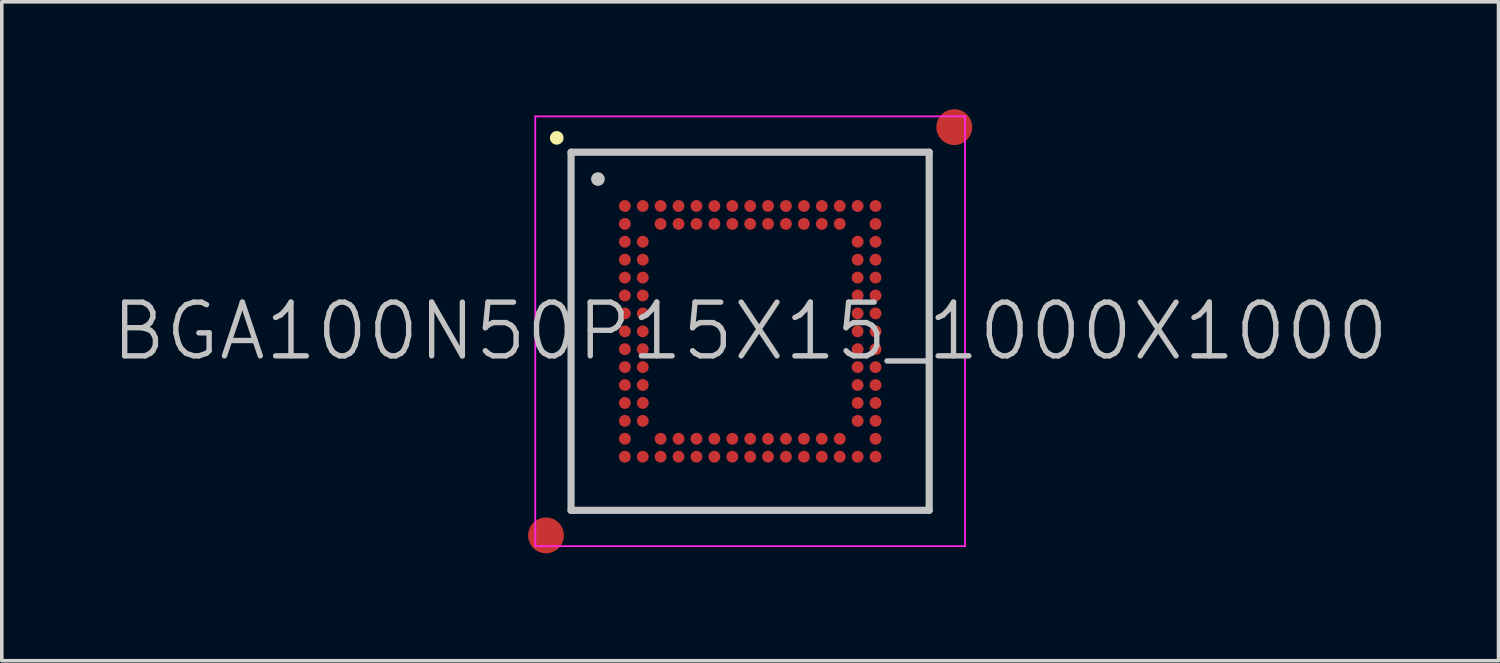
<source format=kicad_pcb>
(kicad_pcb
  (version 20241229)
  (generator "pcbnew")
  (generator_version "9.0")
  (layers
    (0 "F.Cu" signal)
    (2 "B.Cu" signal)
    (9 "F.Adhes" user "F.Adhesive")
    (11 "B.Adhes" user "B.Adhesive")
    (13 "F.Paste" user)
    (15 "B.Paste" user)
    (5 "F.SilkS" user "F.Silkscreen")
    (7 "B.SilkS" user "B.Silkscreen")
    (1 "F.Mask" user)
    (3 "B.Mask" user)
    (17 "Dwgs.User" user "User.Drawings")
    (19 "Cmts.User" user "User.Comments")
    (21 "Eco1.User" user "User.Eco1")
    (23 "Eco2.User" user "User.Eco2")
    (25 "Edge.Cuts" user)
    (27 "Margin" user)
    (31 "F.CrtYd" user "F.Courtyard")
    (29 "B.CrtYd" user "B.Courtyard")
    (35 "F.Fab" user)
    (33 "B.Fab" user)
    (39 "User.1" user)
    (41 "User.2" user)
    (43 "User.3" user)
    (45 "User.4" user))
  (footprint "BGA100N50P15X15_1000X1000"
    (layer "F.Cu")
    (at 17.896 6.2)
    (property "Reference" "BGA100N50P15X15_1000X1000" (at 0 0 0) (layer "Dwgs.User") (effects (font (size 1.5 1.5) (thickness 0.15))))
    (attr smd)
    (fp_line (start -5.4 -5.4) (end -5.4 -5.4) (stroke (width 0.381) (type solid)) (layer "F.SilkS"))
    (fp_line (start -5 -5) (end -5 5) (stroke (width 0.2) (type solid)) (layer "Dwgs.User"))
    (fp_line (start -5 -5) (end 5 -5) (stroke (width 0.2) (type solid)) (layer "Dwgs.User"))
    (fp_line (start -5 5) (end 5 5) (stroke (width 0.2) (type solid)) (layer "Dwgs.User"))
    (fp_line (start -4.25 -4.25) (end -4.25 -4.25) (stroke (width 0.381) (type solid)) (layer "Dwgs.User"))
    (fp_line (start 5 -5) (end 5 5) (stroke (width 0.2) (type solid)) (layer "Dwgs.User"))
    (fp_line (start -6 -6) (end -6 6) (stroke (width 0.05) (type solid)) (layer "F.CrtYd"))
    (fp_line (start -6 -6) (end 6 -6) (stroke (width 0.05) (type solid)) (layer "F.CrtYd"))
    (fp_line (start -6 6) (end 6 6) (stroke (width 0.05) (type solid)) (layer "F.CrtYd"))
    (fp_line (start 6 -6) (end 6 6) (stroke (width 0.05) (type solid)) (layer "F.CrtYd"))
    (pad "" smd circle (at -5.7 5.7) (size 1 1) (layers "F.Cu" "F.Mask"))
    (pad "" smd circle (at 5.7 -5.7) (size 1 1) (layers "F.Cu" "F.Mask"))
    (pad "A1" smd circle (at -3.498 -3.498) (size 0.33 0.33) (layers "F.Cu" "F.Mask" "F.Paste"))
    (pad "A2" smd circle (at -2.998 -3.498) (size 0.33 0.33) (layers "F.Cu" "F.Mask" "F.Paste"))
    (pad "A3" smd circle (at -2.5 -3.498) (size 0.33 0.33) (layers "F.Cu" "F.Mask" "F.Paste"))
    (pad "A4" smd circle (at -1.999 -3.498) (size 0.33 0.33) (layers "F.Cu" "F.Mask" "F.Paste"))
    (pad "A5" smd circle (at -1.499 -3.498) (size 0.33 0.33) (layers "F.Cu" "F.Mask" "F.Paste"))
    (pad "A6" smd circle (at -0.999 -3.498) (size 0.33 0.33) (layers "F.Cu" "F.Mask" "F.Paste"))
    (pad "A7" smd circle (at -0.498 -3.498) (size 0.33 0.33) (layers "F.Cu" "F.Mask" "F.Paste"))
    (pad "A8" smd circle (at 0.002 -3.498) (size 0.33 0.33) (layers "F.Cu" "F.Mask" "F.Paste"))
    (pad "A9" smd circle (at 0.5 -3.498) (size 0.33 0.33) (layers "F.Cu" "F.Mask" "F.Paste"))
    (pad "A10" smd circle (at 1 -3.498) (size 0.33 0.33) (layers "F.Cu" "F.Mask" "F.Paste"))
    (pad "A11" smd circle (at 1.501 -3.498) (size 0.33 0.33) (layers "F.Cu" "F.Mask" "F.Paste"))
    (pad "A12" smd circle (at 2.001 -3.498) (size 0.33 0.33) (layers "F.Cu" "F.Mask" "F.Paste"))
    (pad "A13" smd circle (at 2.502 -3.498) (size 0.33 0.33) (layers "F.Cu" "F.Mask" "F.Paste"))
    (pad "A14" smd circle (at 3.002 -3.498) (size 0.33 0.33) (layers "F.Cu" "F.Mask" "F.Paste"))
    (pad "A15" smd circle (at 3.502 -3.498) (size 0.33 0.33) (layers "F.Cu" "F.Mask" "F.Paste"))
    (pad "B1" smd circle (at -3.498 -2.998) (size 0.33 0.33) (layers "F.Cu" "F.Mask" "F.Paste"))
    (pad "B3" smd circle (at -2.5 -2.998) (size 0.33 0.33) (layers "F.Cu" "F.Mask" "F.Paste"))
    (pad "B4" smd circle (at -1.999 -2.998) (size 0.33 0.33) (layers "F.Cu" "F.Mask" "F.Paste"))
    (pad "B5" smd circle (at -1.499 -2.998) (size 0.33 0.33) (layers "F.Cu" "F.Mask" "F.Paste"))
    (pad "B6" smd circle (at -0.999 -2.998) (size 0.33 0.33) (layers "F.Cu" "F.Mask" "F.Paste"))
    (pad "B7" smd circle (at -0.498 -2.998) (size 0.33 0.33) (layers "F.Cu" "F.Mask" "F.Paste"))
    (pad "B8" smd circle (at 0.002 -2.998) (size 0.33 0.33) (layers "F.Cu" "F.Mask" "F.Paste"))
    (pad "B9" smd circle (at 0.5 -2.998) (size 0.33 0.33) (layers "F.Cu" "F.Mask" "F.Paste"))
    (pad "B10" smd circle (at 1 -2.998) (size 0.33 0.33) (layers "F.Cu" "F.Mask" "F.Paste"))
    (pad "B11" smd circle (at 1.501 -2.998) (size 0.33 0.33) (layers "F.Cu" "F.Mask" "F.Paste"))
    (pad "B12" smd circle (at 2.001 -2.998) (size 0.33 0.33) (layers "F.Cu" "F.Mask" "F.Paste"))
    (pad "B13" smd circle (at 2.502 -2.998) (size 0.33 0.33) (layers "F.Cu" "F.Mask" "F.Paste"))
    (pad "B15" smd circle (at 3.502 -2.998) (size 0.33 0.33) (layers "F.Cu" "F.Mask" "F.Paste"))
    (pad "C1" smd circle (at -3.498 -2.5) (size 0.33 0.33) (layers "F.Cu" "F.Mask" "F.Paste"))
    (pad "C2" smd circle (at -2.998 -2.5) (size 0.33 0.33) (layers "F.Cu" "F.Mask" "F.Paste"))
    (pad "C14" smd circle (at 3.002 -2.5) (size 0.33 0.33) (layers "F.Cu" "F.Mask" "F.Paste"))
    (pad "C15" smd circle (at 3.502 -2.5) (size 0.33 0.33) (layers "F.Cu" "F.Mask" "F.Paste"))
    (pad "D1" smd circle (at -3.498 -1.999) (size 0.33 0.33) (layers "F.Cu" "F.Mask" "F.Paste"))
    (pad "D2" smd circle (at -2.998 -1.999) (size 0.33 0.33) (layers "F.Cu" "F.Mask" "F.Paste"))
    (pad "D14" smd circle (at 3.002 -1.999) (size 0.33 0.33) (layers "F.Cu" "F.Mask" "F.Paste"))
    (pad "D15" smd circle (at 3.502 -1.999) (size 0.33 0.33) (layers "F.Cu" "F.Mask" "F.Paste"))
    (pad "E1" smd circle (at -3.498 -1.499) (size 0.33 0.33) (layers "F.Cu" "F.Mask" "F.Paste"))
    (pad "E2" smd circle (at -2.998 -1.499) (size 0.33 0.33) (layers "F.Cu" "F.Mask" "F.Paste"))
    (pad "E14" smd circle (at 3.002 -1.499) (size 0.33 0.33) (layers "F.Cu" "F.Mask" "F.Paste"))
    (pad "E15" smd circle (at 3.502 -1.499) (size 0.33 0.33) (layers "F.Cu" "F.Mask" "F.Paste"))
    (pad "F1" smd circle (at -3.498 -0.999) (size 0.33 0.33) (layers "F.Cu" "F.Mask" "F.Paste"))
    (pad "F2" smd circle (at -2.998 -0.999) (size 0.33 0.33) (layers "F.Cu" "F.Mask" "F.Paste"))
    (pad "F14" smd circle (at 3.002 -0.999) (size 0.33 0.33) (layers "F.Cu" "F.Mask" "F.Paste"))
    (pad "F15" smd circle (at 3.502 -0.999) (size 0.33 0.33) (layers "F.Cu" "F.Mask" "F.Paste"))
    (pad "G1" smd circle (at -3.498 -0.498) (size 0.33 0.33) (layers "F.Cu" "F.Mask" "F.Paste"))
    (pad "G2" smd circle (at -2.998 -0.498) (size 0.33 0.33) (layers "F.Cu" "F.Mask" "F.Paste"))
    (pad "G14" smd circle (at 3.002 -0.498) (size 0.33 0.33) (layers "F.Cu" "F.Mask" "F.Paste"))
    (pad "G15" smd circle (at 3.502 -0.498) (size 0.33 0.33) (layers "F.Cu" "F.Mask" "F.Paste"))
    (pad "H1" smd circle (at -3.498 0.002) (size 0.33 0.33) (layers "F.Cu" "F.Mask" "F.Paste"))
    (pad "H2" smd circle (at -2.998 0.002) (size 0.33 0.33) (layers "F.Cu" "F.Mask" "F.Paste"))
    (pad "H14" smd circle (at 3.002 0.002) (size 0.33 0.33) (layers "F.Cu" "F.Mask" "F.Paste"))
    (pad "H15" smd circle (at 3.502 0.002) (size 0.33 0.33) (layers "F.Cu" "F.Mask" "F.Paste"))
    (pad "J1" smd circle (at -3.498 0.5) (size 0.33 0.33) (layers "F.Cu" "F.Mask" "F.Paste"))
    (pad "J2" smd circle (at -2.998 0.5) (size 0.33 0.33) (layers "F.Cu" "F.Mask" "F.Paste"))
    (pad "J14" smd circle (at 3.002 0.5) (size 0.33 0.33) (layers "F.Cu" "F.Mask" "F.Paste"))
    (pad "J15" smd circle (at 3.502 0.5) (size 0.33 0.33) (layers "F.Cu" "F.Mask" "F.Paste"))
    (pad "K1" smd circle (at -3.498 1) (size 0.33 0.33) (layers "F.Cu" "F.Mask" "F.Paste"))
    (pad "K2" smd circle (at -2.998 1) (size 0.33 0.33) (layers "F.Cu" "F.Mask" "F.Paste"))
    (pad "K14" smd circle (at 3.002 1) (size 0.33 0.33) (layers "F.Cu" "F.Mask" "F.Paste"))
    (pad "K15" smd circle (at 3.502 1) (size 0.33 0.33) (layers "F.Cu" "F.Mask" "F.Paste"))
    (pad "L1" smd circle (at -3.498 1.501) (size 0.33 0.33) (layers "F.Cu" "F.Mask" "F.Paste"))
    (pad "L2" smd circle (at -2.998 1.501) (size 0.33 0.33) (layers "F.Cu" "F.Mask" "F.Paste"))
    (pad "L14" smd circle (at 3.002 1.501) (size 0.33 0.33) (layers "F.Cu" "F.Mask" "F.Paste"))
    (pad "L15" smd circle (at 3.502 1.501) (size 0.33 0.33) (layers "F.Cu" "F.Mask" "F.Paste"))
    (pad "M1" smd circle (at -3.498 2.001) (size 0.33 0.33) (layers "F.Cu" "F.Mask" "F.Paste"))
    (pad "M2" smd circle (at -2.998 2.001) (size 0.33 0.33) (layers "F.Cu" "F.Mask" "F.Paste"))
    (pad "M14" smd circle (at 3.002 2.001) (size 0.33 0.33) (layers "F.Cu" "F.Mask" "F.Paste"))
    (pad "M15" smd circle (at 3.502 2.001) (size 0.33 0.33) (layers "F.Cu" "F.Mask" "F.Paste"))
    (pad "N1" smd circle (at -3.498 2.502) (size 0.33 0.33) (layers "F.Cu" "F.Mask" "F.Paste"))
    (pad "N2" smd circle (at -2.998 2.502) (size 0.33 0.33) (layers "F.Cu" "F.Mask" "F.Paste"))
    (pad "N14" smd circle (at 3.002 2.502) (size 0.33 0.33) (layers "F.Cu" "F.Mask" "F.Paste"))
    (pad "N15" smd circle (at 3.502 2.502) (size 0.33 0.33) (layers "F.Cu" "F.Mask" "F.Paste"))
    (pad "P1" smd circle (at -3.498 3.002) (size 0.33 0.33) (layers "F.Cu" "F.Mask" "F.Paste"))
    (pad "P3" smd circle (at -2.5 3.002) (size 0.33 0.33) (layers "F.Cu" "F.Mask" "F.Paste"))
    (pad "P4" smd circle (at -1.999 3.002) (size 0.33 0.33) (layers "F.Cu" "F.Mask" "F.Paste"))
    (pad "P5" smd circle (at -1.499 3.002) (size 0.33 0.33) (layers "F.Cu" "F.Mask" "F.Paste"))
    (pad "P6" smd circle (at -0.999 3.002) (size 0.33 0.33) (layers "F.Cu" "F.Mask" "F.Paste"))
    (pad "P7" smd circle (at -0.498 3.002) (size 0.33 0.33) (layers "F.Cu" "F.Mask" "F.Paste"))
    (pad "P8" smd circle (at 0.002 3.002) (size 0.33 0.33) (layers "F.Cu" "F.Mask" "F.Paste"))
    (pad "P9" smd circle (at 0.5 3.002) (size 0.33 0.33) (layers "F.Cu" "F.Mask" "F.Paste"))
    (pad "P10" smd circle (at 1 3.002) (size 0.33 0.33) (layers "F.Cu" "F.Mask" "F.Paste"))
    (pad "P11" smd circle (at 1.501 3.002) (size 0.33 0.33) (layers "F.Cu" "F.Mask" "F.Paste"))
    (pad "P12" smd circle (at 2.001 3.002) (size 0.33 0.33) (layers "F.Cu" "F.Mask" "F.Paste"))
    (pad "P13" smd circle (at 2.502 3.002) (size 0.33 0.33) (layers "F.Cu" "F.Mask" "F.Paste"))
    (pad "P15" smd circle (at 3.502 3.002) (size 0.33 0.33) (layers "F.Cu" "F.Mask" "F.Paste"))
    (pad "R1" smd circle (at -3.498 3.502) (size 0.33 0.33) (layers "F.Cu" "F.Mask" "F.Paste"))
    (pad "R2" smd circle (at -2.998 3.502) (size 0.33 0.33) (layers "F.Cu" "F.Mask" "F.Paste"))
    (pad "R3" smd circle (at -2.5 3.502) (size 0.33 0.33) (layers "F.Cu" "F.Mask" "F.Paste"))
    (pad "R4" smd circle (at -1.999 3.502) (size 0.33 0.33) (layers "F.Cu" "F.Mask" "F.Paste"))
    (pad "R5" smd circle (at -1.499 3.502) (size 0.33 0.33) (layers "F.Cu" "F.Mask" "F.Paste"))
    (pad "R6" smd circle (at -0.999 3.502) (size 0.33 0.33) (layers "F.Cu" "F.Mask" "F.Paste"))
    (pad "R7" smd circle (at -0.498 3.502) (size 0.33 0.33) (layers "F.Cu" "F.Mask" "F.Paste"))
    (pad "R8" smd circle (at 0.002 3.502) (size 0.33 0.33) (layers "F.Cu" "F.Mask" "F.Paste"))
    (pad "R9" smd circle (at 0.5 3.502) (size 0.33 0.33) (layers "F.Cu" "F.Mask" "F.Paste"))
    (pad "R10" smd circle (at 1 3.502) (size 0.33 0.33) (layers "F.Cu" "F.Mask" "F.Paste"))
    (pad "R11" smd circle (at 1.501 3.502) (size 0.33 0.33) (layers "F.Cu" "F.Mask" "F.Paste"))
    (pad "R12" smd circle (at 2.001 3.502) (size 0.33 0.33) (layers "F.Cu" "F.Mask" "F.Paste"))
    (pad "R13" smd circle (at 2.502 3.502) (size 0.33 0.33) (layers "F.Cu" "F.Mask" "F.Paste"))
    (pad "R14" smd circle (at 3.002 3.502) (size 0.33 0.33) (layers "F.Cu" "F.Mask" "F.Paste"))
    (pad "R15" smd circle (at 3.502 3.502) (size 0.33 0.33) (layers "F.Cu" "F.Mask" "F.Paste")))
  (gr_rect
    (start -3 -3)
    (end 38.793 15.4)
    (stroke (width 0.1) (type default))
    (fill no)
    (layer "Edge.Cuts")))
</source>
